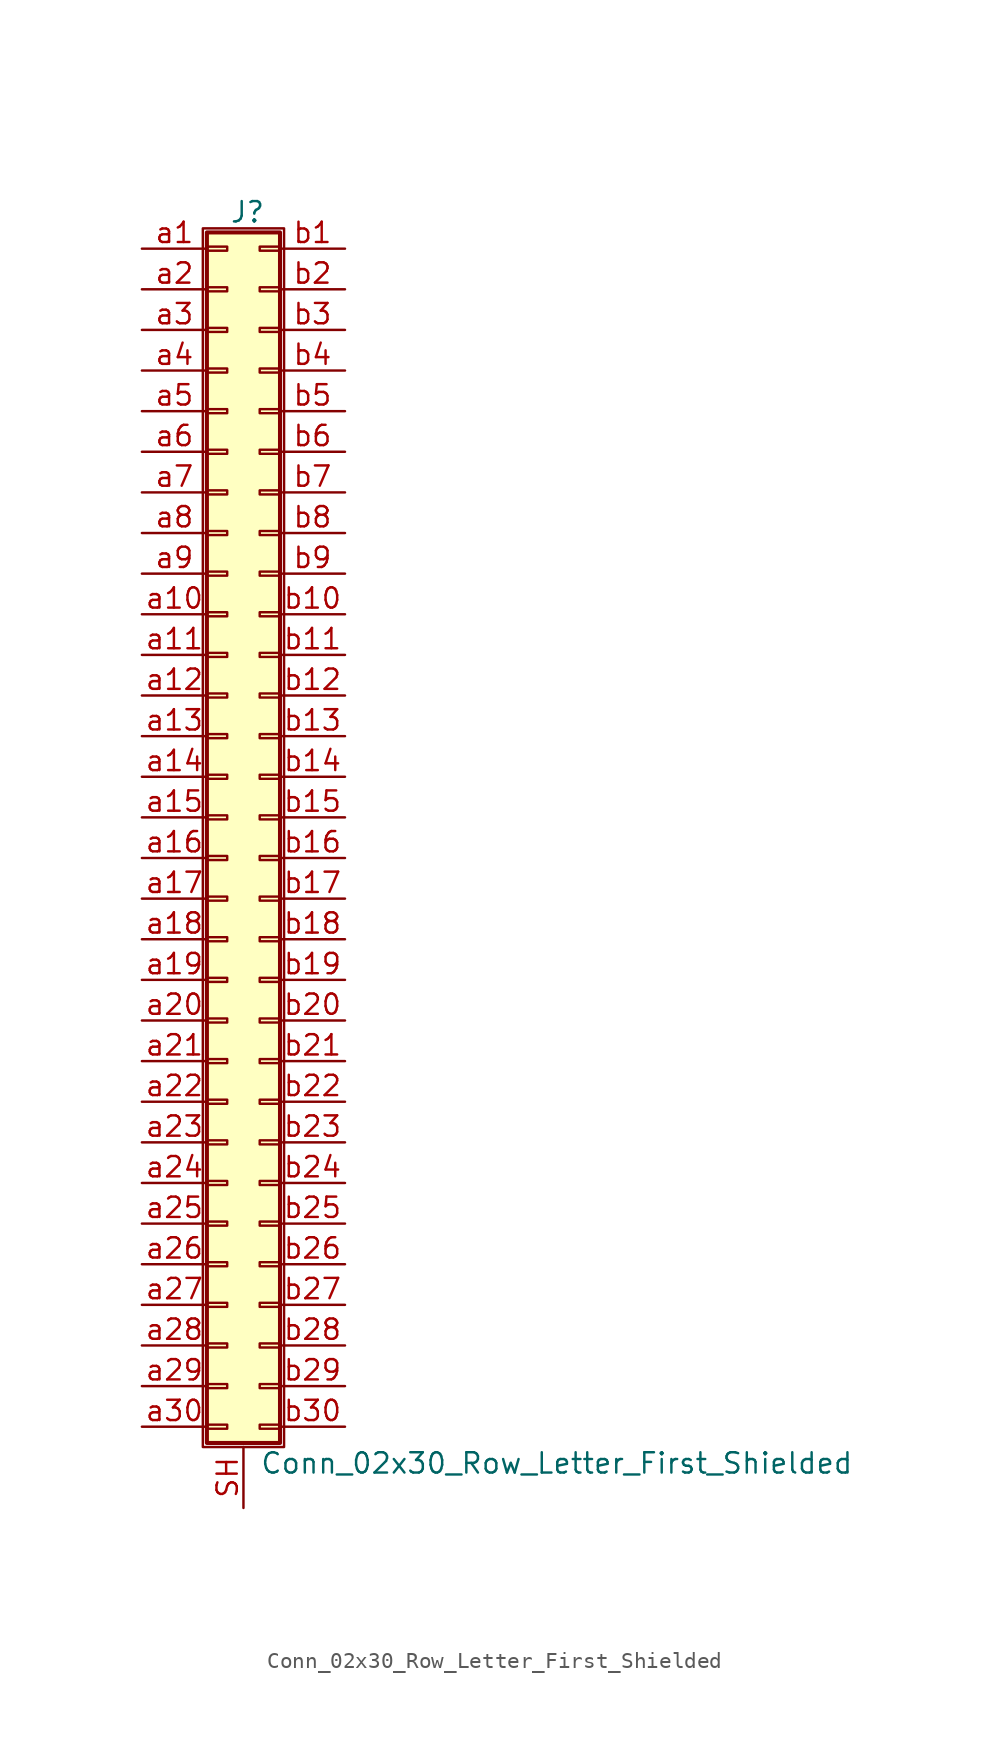
<source format=kicad_sym>
(kicad_symbol_lib
  (version 20211014)
  (generator kicad_symbol_editor)
  (symbol "Conn_02x30_Row_Letter_First_Shielded"
    (pin_names
      (offset 1.016) hide)
    (property "Reference" "J"
      (at 1.524 37.846 0)
      (effects (font (size 1.27 1.27))))
    (property "Value" "Conn_02x30_Row_Letter_First_Shielded"
      (at 2.286 -40.386 0)
      (effects (font (size 1.27 1.27)) (justify left)))
    (symbol "Conn_02x30_Row_Letter_First_Shielded_1_1"
      (rectangle (start -1.27 36.83) (end 3.81 -39.37) (stroke (width 0.152) (type default) (color 0 0 0 0)) (fill (type none)))
      (rectangle (start -1.016 -37.973) (end 0.254 -38.227) (stroke (width 0.152) (type default) (color 0 0 0 0)) (fill (type none)))
      (rectangle (start -1.016 -35.433) (end 0.254 -35.687) (stroke (width 0.152) (type default) (color 0 0 0 0)) (fill (type none)))
      (rectangle (start -1.016 -32.893) (end 0.254 -33.147) (stroke (width 0.152) (type default) (color 0 0 0 0)) (fill (type none)))
      (rectangle (start -1.016 -30.353) (end 0.254 -30.607) (stroke (width 0.152) (type default) (color 0 0 0 0)) (fill (type none)))
      (rectangle (start -1.016 -27.813) (end 0.254 -28.067) (stroke (width 0.152) (type default) (color 0 0 0 0)) (fill (type none)))
      (rectangle (start -1.016 -25.273) (end 0.254 -25.527) (stroke (width 0.152) (type default) (color 0 0 0 0)) (fill (type none)))
      (rectangle (start -1.016 -22.733) (end 0.254 -22.987) (stroke (width 0.152) (type default) (color 0 0 0 0)) (fill (type none)))
      (rectangle (start -1.016 -20.193) (end 0.254 -20.447) (stroke (width 0.152) (type default) (color 0 0 0 0)) (fill (type none)))
      (rectangle (start -1.016 -17.653) (end 0.254 -17.907) (stroke (width 0.152) (type default) (color 0 0 0 0)) (fill (type none)))
      (rectangle (start -1.016 -15.113) (end 0.254 -15.367) (stroke (width 0.152) (type default) (color 0 0 0 0)) (fill (type none)))
      (rectangle (start -1.016 -12.573) (end 0.254 -12.827) (stroke (width 0.152) (type default) (color 0 0 0 0)) (fill (type none)))
      (rectangle (start -1.016 -10.033) (end 0.254 -10.287) (stroke (width 0.152) (type default) (color 0 0 0 0)) (fill (type none)))
      (rectangle (start -1.016 -7.493) (end 0.254 -7.747) (stroke (width 0.152) (type default) (color 0 0 0 0)) (fill (type none)))
      (rectangle (start -1.016 -4.953) (end 0.254 -5.207) (stroke (width 0.152) (type default) (color 0 0 0 0)) (fill (type none)))
      (rectangle (start -1.016 -2.413) (end 0.254 -2.667) (stroke (width 0.152) (type default) (color 0 0 0 0)) (fill (type none)))
      (rectangle (start -1.016 0.127) (end 0.254 -0.127) (stroke (width 0.152) (type default) (color 0 0 0 0)) (fill (type none)))
      (rectangle (start -1.016 2.667) (end 0.254 2.413) (stroke (width 0.152) (type default) (color 0 0 0 0)) (fill (type none)))
      (rectangle (start -1.016 5.207) (end 0.254 4.953) (stroke (width 0.152) (type default) (color 0 0 0 0)) (fill (type none)))
      (rectangle (start -1.016 7.747) (end 0.254 7.493) (stroke (width 0.152) (type default) (color 0 0 0 0)) (fill (type none)))
      (rectangle (start -1.016 10.287) (end 0.254 10.033) (stroke (width 0.152) (type default) (color 0 0 0 0)) (fill (type none)))
      (rectangle (start -1.016 12.827) (end 0.254 12.573) (stroke (width 0.152) (type default) (color 0 0 0 0)) (fill (type none)))
      (rectangle (start -1.016 15.367) (end 0.254 15.113) (stroke (width 0.152) (type default) (color 0 0 0 0)) (fill (type none)))
      (rectangle (start -1.016 17.907) (end 0.254 17.653) (stroke (width 0.152) (type default) (color 0 0 0 0)) (fill (type none)))
      (rectangle (start -1.016 20.447) (end 0.254 20.193) (stroke (width 0.152) (type default) (color 0 0 0 0)) (fill (type none)))
      (rectangle (start -1.016 22.987) (end 0.254 22.733) (stroke (width 0.152) (type default) (color 0 0 0 0)) (fill (type none)))
      (rectangle (start -1.016 25.527) (end 0.254 25.273) (stroke (width 0.152) (type default) (color 0 0 0 0)) (fill (type none)))
      (rectangle (start -1.016 28.067) (end 0.254 27.813) (stroke (width 0.152) (type default) (color 0 0 0 0)) (fill (type none)))
      (rectangle (start -1.016 30.607) (end 0.254 30.353) (stroke (width 0.152) (type default) (color 0 0 0 0)) (fill (type none)))
      (rectangle (start -1.016 33.147) (end 0.254 32.893) (stroke (width 0.152) (type default) (color 0 0 0 0)) (fill (type none)))
      (rectangle (start -1.016 35.687) (end 0.254 35.433) (stroke (width 0.152) (type default) (color 0 0 0 0)) (fill (type none)))
      (rectangle (start -1.016 36.576) (end 3.556 -39.116) (stroke (width 0.254) (type default) (color 0 0 0 0)) (fill (type background)))
      (rectangle (start 3.556 -37.973) (end 2.286 -38.227) (stroke (width 0.152) (type default) (color 0 0 0 0)) (fill (type none)))
      (rectangle (start 3.556 -35.433) (end 2.286 -35.687) (stroke (width 0.152) (type default) (color 0 0 0 0)) (fill (type none)))
      (rectangle (start 3.556 -32.893) (end 2.286 -33.147) (stroke (width 0.152) (type default) (color 0 0 0 0)) (fill (type none)))
      (rectangle (start 3.556 -30.353) (end 2.286 -30.607) (stroke (width 0.152) (type default) (color 0 0 0 0)) (fill (type none)))
      (rectangle (start 3.556 -27.813) (end 2.286 -28.067) (stroke (width 0.152) (type default) (color 0 0 0 0)) (fill (type none)))
      (rectangle (start 3.556 -25.273) (end 2.286 -25.527) (stroke (width 0.152) (type default) (color 0 0 0 0)) (fill (type none)))
      (rectangle (start 3.556 -22.733) (end 2.286 -22.987) (stroke (width 0.152) (type default) (color 0 0 0 0)) (fill (type none)))
      (rectangle (start 3.556 -20.193) (end 2.286 -20.447) (stroke (width 0.152) (type default) (color 0 0 0 0)) (fill (type none)))
      (rectangle (start 3.556 -17.653) (end 2.286 -17.907) (stroke (width 0.152) (type default) (color 0 0 0 0)) (fill (type none)))
      (rectangle (start 3.556 -15.113) (end 2.286 -15.367) (stroke (width 0.152) (type default) (color 0 0 0 0)) (fill (type none)))
      (rectangle (start 3.556 -12.573) (end 2.286 -12.827) (stroke (width 0.152) (type default) (color 0 0 0 0)) (fill (type none)))
      (rectangle (start 3.556 -10.033) (end 2.286 -10.287) (stroke (width 0.152) (type default) (color 0 0 0 0)) (fill (type none)))
      (rectangle (start 3.556 -7.493) (end 2.286 -7.747) (stroke (width 0.152) (type default) (color 0 0 0 0)) (fill (type none)))
      (rectangle (start 3.556 -4.953) (end 2.286 -5.207) (stroke (width 0.152) (type default) (color 0 0 0 0)) (fill (type none)))
      (rectangle (start 3.556 -2.413) (end 2.286 -2.667) (stroke (width 0.152) (type default) (color 0 0 0 0)) (fill (type none)))
      (rectangle (start 3.556 0.127) (end 2.286 -0.127) (stroke (width 0.152) (type default) (color 0 0 0 0)) (fill (type none)))
      (rectangle (start 3.556 2.667) (end 2.286 2.413) (stroke (width 0.152) (type default) (color 0 0 0 0)) (fill (type none)))
      (rectangle (start 3.556 5.207) (end 2.286 4.953) (stroke (width 0.152) (type default) (color 0 0 0 0)) (fill (type none)))
      (rectangle (start 3.556 7.747) (end 2.286 7.493) (stroke (width 0.152) (type default) (color 0 0 0 0)) (fill (type none)))
      (rectangle (start 3.556 10.287) (end 2.286 10.033) (stroke (width 0.152) (type default) (color 0 0 0 0)) (fill (type none)))
      (rectangle (start 3.556 12.827) (end 2.286 12.573) (stroke (width 0.152) (type default) (color 0 0 0 0)) (fill (type none)))
      (rectangle (start 3.556 15.367) (end 2.286 15.113) (stroke (width 0.152) (type default) (color 0 0 0 0)) (fill (type none)))
      (rectangle (start 3.556 17.907) (end 2.286 17.653) (stroke (width 0.152) (type default) (color 0 0 0 0)) (fill (type none)))
      (rectangle (start 3.556 20.447) (end 2.286 20.193) (stroke (width 0.152) (type default) (color 0 0 0 0)) (fill (type none)))
      (rectangle (start 3.556 22.987) (end 2.286 22.733) (stroke (width 0.152) (type default) (color 0 0 0 0)) (fill (type none)))
      (rectangle (start 3.556 25.527) (end 2.286 25.273) (stroke (width 0.152) (type default) (color 0 0 0 0)) (fill (type none)))
      (rectangle (start 3.556 28.067) (end 2.286 27.813) (stroke (width 0.152) (type default) (color 0 0 0 0)) (fill (type none)))
      (rectangle (start 3.556 30.607) (end 2.286 30.353) (stroke (width 0.152) (type default) (color 0 0 0 0)) (fill (type none)))
      (rectangle (start 3.556 33.147) (end 2.286 32.893) (stroke (width 0.152) (type default) (color 0 0 0 0)) (fill (type none)))
      (rectangle (start 3.556 35.687) (end 2.286 35.433) (stroke (width 0.152) (type default) (color 0 0 0 0)) (fill (type none)))
      (pin passive line (at 1.27 -43.18 90) (length 3.81) (name "Shield" (effects (font (size 1.27 1.27)))) (number "SH" (effects (font (size 1.27 1.27)))))
      (pin passive line (at -5.08 35.56 0) (length 4.064) (name "Pin_a1" (effects (font (size 1.27 1.27)))) (number "a1" (effects (font (size 1.27 1.27)))))
      (pin passive line (at -5.08 12.7 0) (length 4.064) (name "Pin_a10" (effects (font (size 1.27 1.27)))) (number "a10" (effects (font (size 1.27 1.27)))))
      (pin passive line (at -5.08 10.16 0) (length 4.064) (name "Pin_a11" (effects (font (size 1.27 1.27)))) (number "a11" (effects (font (size 1.27 1.27)))))
      (pin passive line (at -5.08 7.62 0) (length 4.064) (name "Pin_a12" (effects (font (size 1.27 1.27)))) (number "a12" (effects (font (size 1.27 1.27)))))
      (pin passive line (at -5.08 5.08 0) (length 4.064) (name "Pin_a13" (effects (font (size 1.27 1.27)))) (number "a13" (effects (font (size 1.27 1.27)))))
      (pin passive line (at -5.08 2.54 0) (length 4.064) (name "Pin_a14" (effects (font (size 1.27 1.27)))) (number "a14" (effects (font (size 1.27 1.27)))))
      (pin passive line (at -5.08 0 0) (length 4.064) (name "Pin_a15" (effects (font (size 1.27 1.27)))) (number "a15" (effects (font (size 1.27 1.27)))))
      (pin passive line (at -5.08 -2.54 0) (length 4.064) (name "Pin_a16" (effects (font (size 1.27 1.27)))) (number "a16" (effects (font (size 1.27 1.27)))))
      (pin passive line (at -5.08 -5.08 0) (length 4.064) (name "Pin_a17" (effects (font (size 1.27 1.27)))) (number "a17" (effects (font (size 1.27 1.27)))))
      (pin passive line (at -5.08 -7.62 0) (length 4.064) (name "Pin_a18" (effects (font (size 1.27 1.27)))) (number "a18" (effects (font (size 1.27 1.27)))))
      (pin passive line (at -5.08 -10.16 0) (length 4.064) (name "Pin_a19" (effects (font (size 1.27 1.27)))) (number "a19" (effects (font (size 1.27 1.27)))))
      (pin passive line (at -5.08 33.02 0) (length 4.064) (name "Pin_a2" (effects (font (size 1.27 1.27)))) (number "a2" (effects (font (size 1.27 1.27)))))
      (pin passive line (at -5.08 -12.7 0) (length 4.064) (name "Pin_a20" (effects (font (size 1.27 1.27)))) (number "a20" (effects (font (size 1.27 1.27)))))
      (pin passive line (at -5.08 -15.24 0) (length 4.064) (name "Pin_a21" (effects (font (size 1.27 1.27)))) (number "a21" (effects (font (size 1.27 1.27)))))
      (pin passive line (at -5.08 -17.78 0) (length 4.064) (name "Pin_a22" (effects (font (size 1.27 1.27)))) (number "a22" (effects (font (size 1.27 1.27)))))
      (pin passive line (at -5.08 -20.32 0) (length 4.064) (name "Pin_a23" (effects (font (size 1.27 1.27)))) (number "a23" (effects (font (size 1.27 1.27)))))
      (pin passive line (at -5.08 -22.86 0) (length 4.064) (name "Pin_a24" (effects (font (size 1.27 1.27)))) (number "a24" (effects (font (size 1.27 1.27)))))
      (pin passive line (at -5.08 -25.4 0) (length 4.064) (name "Pin_a25" (effects (font (size 1.27 1.27)))) (number "a25" (effects (font (size 1.27 1.27)))))
      (pin passive line (at -5.08 -27.94 0) (length 4.064) (name "Pin_a26" (effects (font (size 1.27 1.27)))) (number "a26" (effects (font (size 1.27 1.27)))))
      (pin passive line (at -5.08 -30.48 0) (length 4.064) (name "Pin_a27" (effects (font (size 1.27 1.27)))) (number "a27" (effects (font (size 1.27 1.27)))))
      (pin passive line (at -5.08 -33.02 0) (length 4.064) (name "Pin_a28" (effects (font (size 1.27 1.27)))) (number "a28" (effects (font (size 1.27 1.27)))))
      (pin passive line (at -5.08 -35.56 0) (length 4.064) (name "Pin_a29" (effects (font (size 1.27 1.27)))) (number "a29" (effects (font (size 1.27 1.27)))))
      (pin passive line (at -5.08 30.48 0) (length 4.064) (name "Pin_a3" (effects (font (size 1.27 1.27)))) (number "a3" (effects (font (size 1.27 1.27)))))
      (pin passive line (at -5.08 -38.1 0) (length 4.064) (name "Pin_a30" (effects (font (size 1.27 1.27)))) (number "a30" (effects (font (size 1.27 1.27)))))
      (pin passive line (at -5.08 27.94 0) (length 4.064) (name "Pin_a4" (effects (font (size 1.27 1.27)))) (number "a4" (effects (font (size 1.27 1.27)))))
      (pin passive line (at -5.08 25.4 0) (length 4.064) (name "Pin_a5" (effects (font (size 1.27 1.27)))) (number "a5" (effects (font (size 1.27 1.27)))))
      (pin passive line (at -5.08 22.86 0) (length 4.064) (name "Pin_a6" (effects (font (size 1.27 1.27)))) (number "a6" (effects (font (size 1.27 1.27)))))
      (pin passive line (at -5.08 20.32 0) (length 4.064) (name "Pin_a7" (effects (font (size 1.27 1.27)))) (number "a7" (effects (font (size 1.27 1.27)))))
      (pin passive line (at -5.08 17.78 0) (length 4.064) (name "Pin_a8" (effects (font (size 1.27 1.27)))) (number "a8" (effects (font (size 1.27 1.27)))))
      (pin passive line (at -5.08 15.24 0) (length 4.064) (name "Pin_a9" (effects (font (size 1.27 1.27)))) (number "a9" (effects (font (size 1.27 1.27)))))
      (pin passive line (at 7.62 35.56 180) (length 4.064) (name "Pin_b1" (effects (font (size 1.27 1.27)))) (number "b1" (effects (font (size 1.27 1.27)))))
      (pin passive line (at 7.62 12.7 180) (length 4.064) (name "Pin_b10" (effects (font (size 1.27 1.27)))) (number "b10" (effects (font (size 1.27 1.27)))))
      (pin passive line (at 7.62 10.16 180) (length 4.064) (name "Pin_b11" (effects (font (size 1.27 1.27)))) (number "b11" (effects (font (size 1.27 1.27)))))
      (pin passive line (at 7.62 7.62 180) (length 4.064) (name "Pin_b12" (effects (font (size 1.27 1.27)))) (number "b12" (effects (font (size 1.27 1.27)))))
      (pin passive line (at 7.62 5.08 180) (length 4.064) (name "Pin_b13" (effects (font (size 1.27 1.27)))) (number "b13" (effects (font (size 1.27 1.27)))))
      (pin passive line (at 7.62 2.54 180) (length 4.064) (name "Pin_b14" (effects (font (size 1.27 1.27)))) (number "b14" (effects (font (size 1.27 1.27)))))
      (pin passive line (at 7.62 0 180) (length 4.064) (name "Pin_b15" (effects (font (size 1.27 1.27)))) (number "b15" (effects (font (size 1.27 1.27)))))
      (pin passive line (at 7.62 -2.54 180) (length 4.064) (name "Pin_b16" (effects (font (size 1.27 1.27)))) (number "b16" (effects (font (size 1.27 1.27)))))
      (pin passive line (at 7.62 -5.08 180) (length 4.064) (name "Pin_b17" (effects (font (size 1.27 1.27)))) (number "b17" (effects (font (size 1.27 1.27)))))
      (pin passive line (at 7.62 -7.62 180) (length 4.064) (name "Pin_b18" (effects (font (size 1.27 1.27)))) (number "b18" (effects (font (size 1.27 1.27)))))
      (pin passive line (at 7.62 -10.16 180) (length 4.064) (name "Pin_b19" (effects (font (size 1.27 1.27)))) (number "b19" (effects (font (size 1.27 1.27)))))
      (pin passive line (at 7.62 33.02 180) (length 4.064) (name "Pin_b2" (effects (font (size 1.27 1.27)))) (number "b2" (effects (font (size 1.27 1.27)))))
      (pin passive line (at 7.62 -12.7 180) (length 4.064) (name "Pin_b20" (effects (font (size 1.27 1.27)))) (number "b20" (effects (font (size 1.27 1.27)))))
      (pin passive line (at 7.62 -15.24 180) (length 4.064) (name "Pin_b21" (effects (font (size 1.27 1.27)))) (number "b21" (effects (font (size 1.27 1.27)))))
      (pin passive line (at 7.62 -17.78 180) (length 4.064) (name "Pin_b22" (effects (font (size 1.27 1.27)))) (number "b22" (effects (font (size 1.27 1.27)))))
      (pin passive line (at 7.62 -20.32 180) (length 4.064) (name "Pin_b23" (effects (font (size 1.27 1.27)))) (number "b23" (effects (font (size 1.27 1.27)))))
      (pin passive line (at 7.62 -22.86 180) (length 4.064) (name "Pin_b24" (effects (font (size 1.27 1.27)))) (number "b24" (effects (font (size 1.27 1.27)))))
      (pin passive line (at 7.62 -25.4 180) (length 4.064) (name "Pin_b25" (effects (font (size 1.27 1.27)))) (number "b25" (effects (font (size 1.27 1.27)))))
      (pin passive line (at 7.62 -27.94 180) (length 4.064) (name "Pin_b26" (effects (font (size 1.27 1.27)))) (number "b26" (effects (font (size 1.27 1.27)))))
      (pin passive line (at 7.62 -30.48 180) (length 4.064) (name "Pin_b27" (effects (font (size 1.27 1.27)))) (number "b27" (effects (font (size 1.27 1.27)))))
      (pin passive line (at 7.62 -33.02 180) (length 4.064) (name "Pin_b28" (effects (font (size 1.27 1.27)))) (number "b28" (effects (font (size 1.27 1.27)))))
      (pin passive line (at 7.62 -35.56 180) (length 4.064) (name "Pin_b29" (effects (font (size 1.27 1.27)))) (number "b29" (effects (font (size 1.27 1.27)))))
      (pin passive line (at 7.62 30.48 180) (length 4.064) (name "Pin_b3" (effects (font (size 1.27 1.27)))) (number "b3" (effects (font (size 1.27 1.27)))))
      (pin passive line (at 7.62 -38.1 180) (length 4.064) (name "Pin_b30" (effects (font (size 1.27 1.27)))) (number "b30" (effects (font (size 1.27 1.27)))))
      (pin passive line (at 7.62 27.94 180) (length 4.064) (name "Pin_b4" (effects (font (size 1.27 1.27)))) (number "b4" (effects (font (size 1.27 1.27)))))
      (pin passive line (at 7.62 25.4 180) (length 4.064) (name "Pin_b5" (effects (font (size 1.27 1.27)))) (number "b5" (effects (font (size 1.27 1.27)))))
      (pin passive line (at 7.62 22.86 180) (length 4.064) (name "Pin_b6" (effects (font (size 1.27 1.27)))) (number "b6" (effects (font (size 1.27 1.27)))))
      (pin passive line (at 7.62 20.32 180) (length 4.064) (name "Pin_b7" (effects (font (size 1.27 1.27)))) (number "b7" (effects (font (size 1.27 1.27)))))
      (pin passive line (at 7.62 17.78 180) (length 4.064) (name "Pin_b8" (effects (font (size 1.27 1.27)))) (number "b8" (effects (font (size 1.27 1.27)))))
      (pin passive line (at 7.62 15.24 180) (length 4.064) (name "Pin_b9" (effects (font (size 1.27 1.27)))) (number "b9" (effects (font (size 1.27 1.27))))))))
</source>
